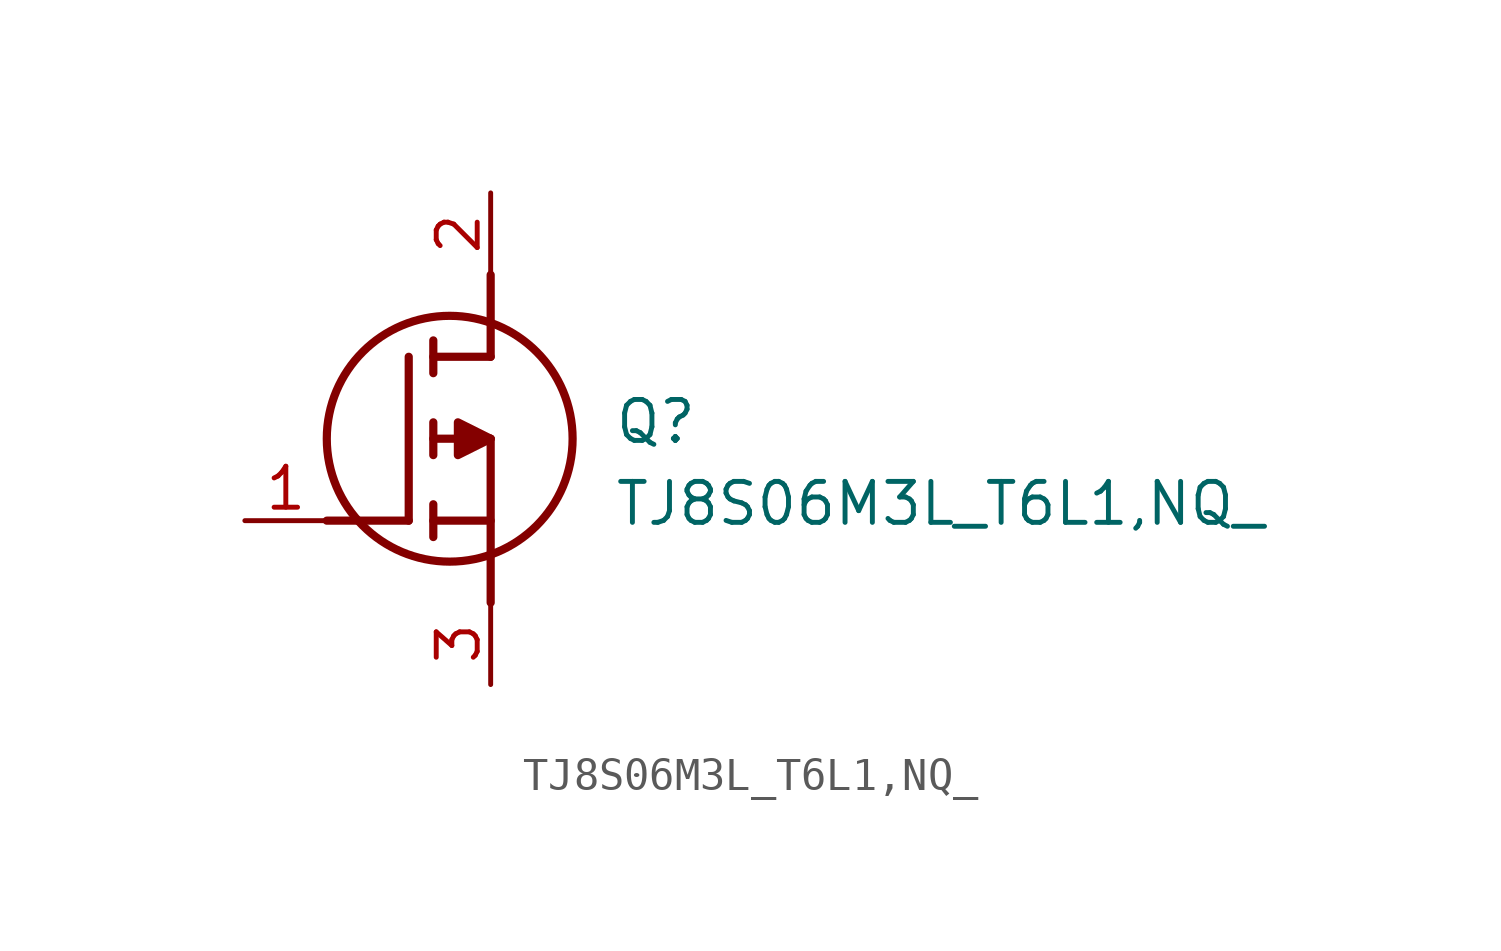
<source format=kicad_sym>
(kicad_symbol_lib
  (version 20211014)
  (generator SamacSys_ECAD_Model)
  (symbol "TJ8S06M3L_T6L1,NQ_"
    (pin_names hide)
    (property "Reference" "Q"
      (at 11.43 3.81 0)
      (effects (font (size 1.27 1.27)) (justify left top)))
    (property "Value" "TJ8S06M3L_T6L1,NQ_"
      (at 11.43 1.27 0)
      (effects (font (size 1.27 1.27)) (justify left top)))
    (polyline
      (pts (xy 7.62 2.54) (xy 7.62 -2.54))
      (stroke (width 0.254) (type default))
      (fill (type none)))
    (polyline
      (pts (xy 7.62 5.08) (xy 7.62 7.62))
      (stroke (width 0.254) (type default))
      (fill (type none)))
    (polyline
      (pts (xy 2.54 0) (xy 5.08 0))
      (stroke (width 0.254) (type default))
      (fill (type none)))
    (polyline
      (pts (xy 5.08 5.08) (xy 5.08 0))
      (stroke (width 0.254) (type default))
      (fill (type none)))
    (polyline
      (pts (xy 7.62 2.54) (xy 5.842 2.54))
      (stroke (width 0.254) (type default))
      (fill (type none)))
    (polyline
      (pts (xy 7.62 5.08) (xy 5.842 5.08))
      (stroke (width 0.254) (type default))
      (fill (type none)))
    (polyline
      (pts (xy 5.842 0) (xy 7.62 0))
      (stroke (width 0.254) (type default))
      (fill (type none)))
    (polyline
      (pts (xy 5.842 5.588) (xy 5.842 4.572))
      (stroke (width 0.254) (type default))
      (fill (type none)))
    (polyline
      (pts (xy 5.842 -0.508) (xy 5.842 0.508))
      (stroke (width 0.254) (type default))
      (fill (type none)))
    (polyline
      (pts (xy 5.842 2.032) (xy 5.842 3.048))
      (stroke (width 0.254) (type default))
      (fill (type none)))
    (circle
      (center 6.35 2.54)
      (radius 3.81)
      (stroke (width 0.254) (type default))
      (fill (type none)))
    (polyline
      (pts (xy 7.62 2.54) (xy 6.604 3.048) (xy 6.604 2.032) (xy 7.62 2.54))
      (stroke (width 0.254) (type default))
      (fill (type outline)))
    (pin passive line
      (at 0 0 0)
      (length 2.54)
      (name "G" (effects (font (size 1.27 1.27))))
      (number "1" (effects (font (size 1.27 1.27)))))
    (pin passive line
      (at 7.62 10.16 270)
      (length 2.54)
      (name "D" (effects (font (size 1.27 1.27))))
      (number "2" (effects (font (size 1.27 1.27)))))
    (pin passive line
      (at 7.62 -5.08 90)
      (length 2.54)
      (name "S" (effects (font (size 1.27 1.27))))
      (number "3" (effects (font (size 1.27 1.27)))))))
</source>
